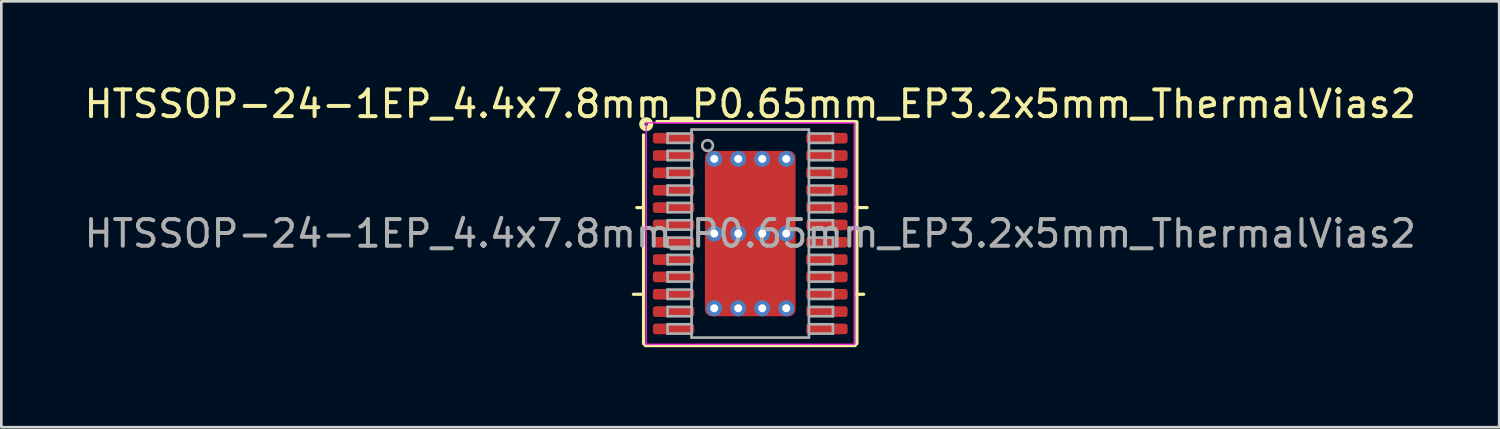
<source format=kicad_pcb>
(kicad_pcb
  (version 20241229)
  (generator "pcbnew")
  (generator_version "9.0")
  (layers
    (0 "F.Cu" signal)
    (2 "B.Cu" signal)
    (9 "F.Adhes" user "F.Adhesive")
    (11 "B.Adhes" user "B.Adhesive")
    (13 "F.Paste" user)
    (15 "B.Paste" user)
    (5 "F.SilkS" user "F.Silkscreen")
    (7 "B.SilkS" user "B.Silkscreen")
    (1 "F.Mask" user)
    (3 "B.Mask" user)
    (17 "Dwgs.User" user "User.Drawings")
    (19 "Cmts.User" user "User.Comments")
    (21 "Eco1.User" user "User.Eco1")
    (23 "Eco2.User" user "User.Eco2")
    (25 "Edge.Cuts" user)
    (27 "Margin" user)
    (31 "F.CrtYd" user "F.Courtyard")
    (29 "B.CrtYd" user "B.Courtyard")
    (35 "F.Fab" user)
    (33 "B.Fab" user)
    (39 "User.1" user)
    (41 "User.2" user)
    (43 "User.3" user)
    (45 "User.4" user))
  (footprint "HTSSOP-24-1EP_4.4x7.8mm_P0.65mm_EP3.2x5mm_ThermalVias2"
    (layer "F.Cu")
    (at 25.077 5.707)
    (property "Reference" "HTSSOP-24-1EP_4.4x7.8mm_P0.65mm_EP3.2x5mm_ThermalVias2" (at 0 -4.859 0) (layer "F.SilkS") (effects (font (size 1 1) (thickness 0.15))))
    (attr smd)
    (fp_line (start -4 -0.975) (end -4.254 -0.975) (stroke (width 0.12) (type solid)) (layer "F.SilkS"))
    (fp_line (start -4 2.275) (end -4.381 2.275) (stroke (width 0.12) (type solid)) (layer "F.SilkS"))
    (fp_line (start -4 4.128) (end -4 -3.7) (stroke (width 0.12) (type solid)) (layer "F.SilkS"))
    (fp_line (start -3.5 -4.2) (end 3.937 -4.2) (stroke (width 0.12) (type solid)) (layer "F.SilkS"))
    (fp_line (start 3.937 4.2) (end -3.937 4.2) (stroke (width 0.12) (type solid)) (layer "F.SilkS"))
    (fp_line (start 4 -4.191) (end 4 4.128) (stroke (width 0.12) (type solid)) (layer "F.SilkS"))
    (fp_line (start 4 -0.975) (end 4.381 -0.975) (stroke (width 0.12) (type solid)) (layer "F.SilkS"))
    (fp_line (start 4 2.275) (end 4.254 2.275) (stroke (width 0.12) (type solid)) (layer "F.SilkS"))
    (fp_circle (center -3.9 -4.1) (end -3.837 -4.1) (stroke (width 0.2) (type solid)) (fill no) (layer "F.SilkS"))
    (fp_line (start -3.9 -4.15) (end -3.9 4.15) (stroke (width 0.05) (type solid)) (layer "F.CrtYd"))
    (fp_line (start -3.9 4.15) (end 3.9 4.15) (stroke (width 0.05) (type solid)) (layer "F.CrtYd"))
    (fp_line (start 3.9 -4.15) (end -3.9 -4.15) (stroke (width 0.05) (type solid)) (layer "F.CrtYd"))
    (fp_line (start 3.9 4.15) (end 3.9 -4.15) (stroke (width 0.05) (type solid)) (layer "F.CrtYd"))
    (fp_line (start -3.1 -3.75) (end -3.1 -3.4) (stroke (width 0.1) (type solid)) (layer "F.Fab"))
    (fp_line (start -3.1 -3.75) (end -2.2 -3.75) (stroke (width 0.1) (type solid)) (layer "F.Fab"))
    (fp_line (start -3.1 -3.4) (end -2.2 -3.4) (stroke (width 0.1) (type solid)) (layer "F.Fab"))
    (fp_line (start -3.1 -3.1) (end -3.1 -2.75) (stroke (width 0.1) (type solid)) (layer "F.Fab"))
    (fp_line (start -3.1 -3.1) (end -2.2 -3.1) (stroke (width 0.1) (type solid)) (layer "F.Fab"))
    (fp_line (start -3.1 -2.75) (end -2.2 -2.75) (stroke (width 0.1) (type solid)) (layer "F.Fab"))
    (fp_line (start -3.1 -2.45) (end -3.1 -2.1) (stroke (width 0.1) (type solid)) (layer "F.Fab"))
    (fp_line (start -3.1 -2.45) (end -2.2 -2.45) (stroke (width 0.1) (type solid)) (layer "F.Fab"))
    (fp_line (start -3.1 -2.1) (end -2.2 -2.1) (stroke (width 0.1) (type solid)) (layer "F.Fab"))
    (fp_line (start -3.1 -1.8) (end -3.1 -1.45) (stroke (width 0.1) (type solid)) (layer "F.Fab"))
    (fp_line (start -3.1 -1.8) (end -2.2 -1.8) (stroke (width 0.1) (type solid)) (layer "F.Fab"))
    (fp_line (start -3.1 -1.45) (end -2.2 -1.45) (stroke (width 0.1) (type solid)) (layer "F.Fab"))
    (fp_line (start -3.1 -1.15) (end -3.1 -0.8) (stroke (width 0.1) (type solid)) (layer "F.Fab"))
    (fp_line (start -3.1 -1.15) (end -2.2 -1.15) (stroke (width 0.1) (type solid)) (layer "F.Fab"))
    (fp_line (start -3.1 -0.8) (end -2.2 -0.8) (stroke (width 0.1) (type solid)) (layer "F.Fab"))
    (fp_line (start -3.1 -0.5) (end -3.1 -0.15) (stroke (width 0.1) (type solid)) (layer "F.Fab"))
    (fp_line (start -3.1 -0.5) (end -2.2 -0.5) (stroke (width 0.1) (type solid)) (layer "F.Fab"))
    (fp_line (start -3.1 -0.15) (end -2.2 -0.15) (stroke (width 0.1) (type solid)) (layer "F.Fab"))
    (fp_line (start -3.1 0.15) (end -3.1 0.5) (stroke (width 0.1) (type solid)) (layer "F.Fab"))
    (fp_line (start -3.1 0.15) (end -2.2 0.15) (stroke (width 0.1) (type solid)) (layer "F.Fab"))
    (fp_line (start -3.1 0.5) (end -2.2 0.5) (stroke (width 0.1) (type solid)) (layer "F.Fab"))
    (fp_line (start -3.1 0.8) (end -3.1 1.15) (stroke (width 0.1) (type solid)) (layer "F.Fab"))
    (fp_line (start -3.1 0.8) (end -2.2 0.8) (stroke (width 0.1) (type solid)) (layer "F.Fab"))
    (fp_line (start -3.1 1.15) (end -2.2 1.15) (stroke (width 0.1) (type solid)) (layer "F.Fab"))
    (fp_line (start -3.1 1.45) (end -3.1 1.8) (stroke (width 0.1) (type solid)) (layer "F.Fab"))
    (fp_line (start -3.1 1.45) (end -2.2 1.45) (stroke (width 0.1) (type solid)) (layer "F.Fab"))
    (fp_line (start -3.1 1.8) (end -2.2 1.8) (stroke (width 0.1) (type solid)) (layer "F.Fab"))
    (fp_line (start -3.1 2.1) (end -3.1 2.45) (stroke (width 0.1) (type solid)) (layer "F.Fab"))
    (fp_line (start -3.1 2.1) (end -2.2 2.1) (stroke (width 0.1) (type solid)) (layer "F.Fab"))
    (fp_line (start -3.1 2.45) (end -2.2 2.45) (stroke (width 0.1) (type solid)) (layer "F.Fab"))
    (fp_line (start -3.1 2.75) (end -3.1 3.1) (stroke (width 0.1) (type solid)) (layer "F.Fab"))
    (fp_line (start -3.1 2.75) (end -2.2 2.75) (stroke (width 0.1) (type solid)) (layer "F.Fab"))
    (fp_line (start -3.1 3.1) (end -2.2 3.1) (stroke (width 0.1) (type solid)) (layer "F.Fab"))
    (fp_line (start -3.1 3.4) (end -3.1 3.75) (stroke (width 0.1) (type solid)) (layer "F.Fab"))
    (fp_line (start -3.1 3.4) (end -2.2 3.4) (stroke (width 0.1) (type solid)) (layer "F.Fab"))
    (fp_line (start -3.1 3.75) (end -2.2 3.75) (stroke (width 0.1) (type solid)) (layer "F.Fab"))
    (fp_line (start -2.2 -3.9) (end 2.2 -3.9) (stroke (width 0.1) (type solid)) (layer "F.Fab"))
    (fp_line (start -2.2 3.9) (end -2.2 -3.9) (stroke (width 0.1) (type solid)) (layer "F.Fab"))
    (fp_line (start 2.2 -3.9) (end 2.2 3.9) (stroke (width 0.1) (type solid)) (layer "F.Fab"))
    (fp_line (start 2.2 3.9) (end -2.2 3.9) (stroke (width 0.1) (type solid)) (layer "F.Fab"))
    (fp_line (start 3.1 -3.75) (end 2.2 -3.75) (stroke (width 0.1) (type solid)) (layer "F.Fab"))
    (fp_line (start 3.1 -3.4) (end 2.2 -3.4) (stroke (width 0.1) (type solid)) (layer "F.Fab"))
    (fp_line (start 3.1 -3.4) (end 3.1 -3.75) (stroke (width 0.1) (type solid)) (layer "F.Fab"))
    (fp_line (start 3.1 -3.1) (end 2.2 -3.1) (stroke (width 0.1) (type solid)) (layer "F.Fab"))
    (fp_line (start 3.1 -2.75) (end 2.2 -2.75) (stroke (width 0.1) (type solid)) (layer "F.Fab"))
    (fp_line (start 3.1 -2.75) (end 3.1 -3.1) (stroke (width 0.1) (type solid)) (layer "F.Fab"))
    (fp_line (start 3.1 -2.45) (end 2.2 -2.45) (stroke (width 0.1) (type solid)) (layer "F.Fab"))
    (fp_line (start 3.1 -2.1) (end 2.2 -2.1) (stroke (width 0.1) (type solid)) (layer "F.Fab"))
    (fp_line (start 3.1 -2.1) (end 3.1 -2.45) (stroke (width 0.1) (type solid)) (layer "F.Fab"))
    (fp_line (start 3.1 -1.8) (end 2.2 -1.8) (stroke (width 0.1) (type solid)) (layer "F.Fab"))
    (fp_line (start 3.1 -1.45) (end 2.2 -1.45) (stroke (width 0.1) (type solid)) (layer "F.Fab"))
    (fp_line (start 3.1 -1.45) (end 3.1 -1.8) (stroke (width 0.1) (type solid)) (layer "F.Fab"))
    (fp_line (start 3.1 -1.15) (end 2.2 -1.15) (stroke (width 0.1) (type solid)) (layer "F.Fab"))
    (fp_line (start 3.1 -0.8) (end 2.2 -0.8) (stroke (width 0.1) (type solid)) (layer "F.Fab"))
    (fp_line (start 3.1 -0.8) (end 3.1 -1.15) (stroke (width 0.1) (type solid)) (layer "F.Fab"))
    (fp_line (start 3.1 -0.5) (end 2.2 -0.5) (stroke (width 0.1) (type solid)) (layer "F.Fab"))
    (fp_line (start 3.1 -0.15) (end 2.2 -0.15) (stroke (width 0.1) (type solid)) (layer "F.Fab"))
    (fp_line (start 3.1 -0.15) (end 3.1 -0.5) (stroke (width 0.1) (type solid)) (layer "F.Fab"))
    (fp_line (start 3.1 0.15) (end 2.2 0.15) (stroke (width 0.1) (type solid)) (layer "F.Fab"))
    (fp_line (start 3.1 0.5) (end 2.2 0.5) (stroke (width 0.1) (type solid)) (layer "F.Fab"))
    (fp_line (start 3.1 0.5) (end 3.1 0.15) (stroke (width 0.1) (type solid)) (layer "F.Fab"))
    (fp_line (start 3.1 0.8) (end 2.2 0.8) (stroke (width 0.1) (type solid)) (layer "F.Fab"))
    (fp_line (start 3.1 1.15) (end 2.2 1.15) (stroke (width 0.1) (type solid)) (layer "F.Fab"))
    (fp_line (start 3.1 1.15) (end 3.1 0.8) (stroke (width 0.1) (type solid)) (layer "F.Fab"))
    (fp_line (start 3.1 1.45) (end 2.2 1.45) (stroke (width 0.1) (type solid)) (layer "F.Fab"))
    (fp_line (start 3.1 1.8) (end 2.2 1.8) (stroke (width 0.1) (type solid)) (layer "F.Fab"))
    (fp_line (start 3.1 1.8) (end 3.1 1.45) (stroke (width 0.1) (type solid)) (layer "F.Fab"))
    (fp_line (start 3.1 2.1) (end 2.2 2.1) (stroke (width 0.1) (type solid)) (layer "F.Fab"))
    (fp_line (start 3.1 2.45) (end 2.2 2.45) (stroke (width 0.1) (type solid)) (layer "F.Fab"))
    (fp_line (start 3.1 2.45) (end 3.1 2.1) (stroke (width 0.1) (type solid)) (layer "F.Fab"))
    (fp_line (start 3.1 2.75) (end 2.2 2.75) (stroke (width 0.1) (type solid)) (layer "F.Fab"))
    (fp_line (start 3.1 3.1) (end 2.2 3.1) (stroke (width 0.1) (type solid)) (layer "F.Fab"))
    (fp_line (start 3.1 3.1) (end 3.1 2.75) (stroke (width 0.1) (type solid)) (layer "F.Fab"))
    (fp_line (start 3.1 3.4) (end 2.2 3.4) (stroke (width 0.1) (type solid)) (layer "F.Fab"))
    (fp_line (start 3.1 3.75) (end 2.2 3.75) (stroke (width 0.1) (type solid)) (layer "F.Fab"))
    (fp_line (start 3.1 3.75) (end 3.1 3.4) (stroke (width 0.1) (type solid)) (layer "F.Fab"))
    (fp_circle (center -1.6 -3.3) (end -1.4 -3.3) (stroke (width 0.1) (type solid)) (fill no) (layer "F.Fab"))
    (fp_text user "${REFERENCE}" (at 0 0 0) (layer "F.Fab") (effects (font (size 1 1) (thickness 0.15))))
    (pad "" smd roundrect (at -1 -1.9) (size 0.8 0.8) (layers "F.Paste") (roundrect_rratio 0.25))
    (pad "" smd roundrect (at -1 -0.9) (size 0.8 0.8) (layers "F.Paste") (roundrect_rratio 0.25))
    (pad "" smd roundrect (at -1 0.9) (size 0.8 0.8) (layers "F.Paste") (roundrect_rratio 0.25))
    (pad "" smd roundrect (at -1 1.9) (size 0.8 0.8) (layers "F.Paste") (roundrect_rratio 0.25))
    (pad "" smd roundrect (at 0 -1.9) (size 0.8 0.8) (layers "F.Paste") (roundrect_rratio 0.25))
    (pad "" smd roundrect (at 0 -1.4) (size 3.2 2.2) (layers "F.Mask") (roundrect_rratio 0.114))
    (pad "" smd roundrect (at 0 -0.9) (size 0.8 0.8) (layers "F.Paste") (roundrect_rratio 0.25))
    (pad "" smd roundrect (at 0 0.9) (size 0.8 0.8) (layers "F.Paste") (roundrect_rratio 0.25))
    (pad "" smd roundrect (at 0 1.4) (size 3.2 2.2) (layers "F.Mask") (roundrect_rratio 0.114))
    (pad "" smd roundrect (at 0 1.9) (size 0.8 0.8) (layers "F.Paste") (roundrect_rratio 0.25))
    (pad "" smd roundrect (at 1 -1.9) (size 0.8 0.8) (layers "F.Paste") (roundrect_rratio 0.25))
    (pad "" smd roundrect (at 1 -0.9) (size 0.8 0.8) (layers "F.Paste") (roundrect_rratio 0.25))
    (pad "" smd roundrect (at 1 0.9) (size 0.8 0.8) (layers "F.Paste") (roundrect_rratio 0.25))
    (pad "" smd roundrect (at 1 1.9) (size 0.8 0.8) (layers "F.Paste") (roundrect_rratio 0.25))
    (pad "1" smd roundrect (at -2.875 -3.575) (size 1.55 0.4) (layers "F.Cu" "F.Mask" "F.Paste") (roundrect_rratio 0.25))
    (pad "2" smd roundrect (at -2.875 -2.925) (size 1.55 0.4) (layers "F.Cu" "F.Mask" "F.Paste") (roundrect_rratio 0.25))
    (pad "3" smd roundrect (at -2.875 -2.275) (size 1.55 0.4) (layers "F.Cu" "F.Mask" "F.Paste") (roundrect_rratio 0.25))
    (pad "4" smd roundrect (at -2.875 -1.625) (size 1.55 0.4) (layers "F.Cu" "F.Mask" "F.Paste") (roundrect_rratio 0.25))
    (pad "5" smd roundrect (at -2.875 -0.975) (size 1.55 0.4) (layers "F.Cu" "F.Mask" "F.Paste") (roundrect_rratio 0.25))
    (pad "6" smd roundrect (at -2.875 -0.325) (size 1.55 0.4) (layers "F.Cu" "F.Mask" "F.Paste") (roundrect_rratio 0.25))
    (pad "7" smd roundrect (at -2.875 0.325) (size 1.55 0.4) (layers "F.Cu" "F.Mask" "F.Paste") (roundrect_rratio 0.25))
    (pad "8" smd roundrect (at -2.875 0.975) (size 1.55 0.4) (layers "F.Cu" "F.Mask" "F.Paste") (roundrect_rratio 0.25))
    (pad "9" smd roundrect (at -2.875 1.625) (size 1.55 0.4) (layers "F.Cu" "F.Mask" "F.Paste") (roundrect_rratio 0.25))
    (pad "10" smd roundrect (at -2.875 2.275) (size 1.55 0.4) (layers "F.Cu" "F.Mask" "F.Paste") (roundrect_rratio 0.25))
    (pad "11" smd roundrect (at -2.875 2.925) (size 1.55 0.4) (layers "F.Cu" "F.Mask" "F.Paste") (roundrect_rratio 0.25))
    (pad "12" smd roundrect (at -2.875 3.575) (size 1.55 0.4) (layers "F.Cu" "F.Mask" "F.Paste") (roundrect_rratio 0.25))
    (pad "13" smd roundrect (at 2.875 3.575) (size 1.55 0.4) (layers "F.Cu" "F.Mask" "F.Paste") (roundrect_rratio 0.25))
    (pad "14" smd roundrect (at 2.875 2.925) (size 1.55 0.4) (layers "F.Cu" "F.Mask" "F.Paste") (roundrect_rratio 0.25))
    (pad "15" smd roundrect (at 2.875 2.275) (size 1.55 0.4) (layers "F.Cu" "F.Mask" "F.Paste") (roundrect_rratio 0.25))
    (pad "16" smd roundrect (at 2.875 1.625) (size 1.55 0.4) (layers "F.Cu" "F.Mask" "F.Paste") (roundrect_rratio 0.25))
    (pad "17" smd roundrect (at 2.875 0.975) (size 1.55 0.4) (layers "F.Cu" "F.Mask" "F.Paste") (roundrect_rratio 0.25))
    (pad "18" smd roundrect (at 2.875 0.325) (size 1.55 0.4) (layers "F.Cu" "F.Mask" "F.Paste") (roundrect_rratio 0.25))
    (pad "19" smd roundrect (at 2.875 -0.325) (size 1.55 0.4) (layers "F.Cu" "F.Mask" "F.Paste") (roundrect_rratio 0.25))
    (pad "20" smd roundrect (at 2.875 -0.975) (size 1.55 0.4) (layers "F.Cu" "F.Mask" "F.Paste") (roundrect_rratio 0.25))
    (pad "21" smd roundrect (at 2.875 -1.625) (size 1.55 0.4) (layers "F.Cu" "F.Mask" "F.Paste") (roundrect_rratio 0.25))
    (pad "22" smd roundrect (at 2.875 -2.275) (size 1.55 0.4) (layers "F.Cu" "F.Mask" "F.Paste") (roundrect_rratio 0.25))
    (pad "23" smd roundrect (at 2.875 -2.925) (size 1.55 0.4) (layers "F.Cu" "F.Mask" "F.Paste") (roundrect_rratio 0.25))
    (pad "24" smd roundrect (at 2.875 -3.575) (size 1.55 0.4) (layers "F.Cu" "F.Mask" "F.Paste") (roundrect_rratio 0.25))
    (pad "25" thru_hole circle (at -1.35 -2.8) (size 0.6 0.6) (drill 0.3) (property pad_prop_heatsink) (layers "*.Cu" "*.Mask"))
    (pad "25" thru_hole circle (at -1.35 0) (size 0.6 0.6) (drill 0.3) (property pad_prop_heatsink) (layers "*.Cu" "*.Mask"))
    (pad "25" thru_hole circle (at -1.35 2.8) (size 0.6 0.6) (drill 0.3) (property pad_prop_heatsink) (layers "*.Cu" "*.Mask"))
    (pad "25" thru_hole circle (at -0.45 -2.8) (size 0.6 0.6) (drill 0.3) (property pad_prop_heatsink) (layers "*.Cu" "*.Mask"))
    (pad "25" thru_hole circle (at -0.45 0) (size 0.6 0.6) (drill 0.3) (property pad_prop_heatsink) (layers "*.Cu" "*.Mask"))
    (pad "25" thru_hole circle (at -0.45 2.8) (size 0.6 0.6) (drill 0.3) (property pad_prop_heatsink) (layers "*.Cu" "*.Mask"))
    (pad "25" smd roundrect (at 0 0) (size 3.4 6.2) (layers "F.Cu") (roundrect_rratio 0.074))
    (pad "25" thru_hole circle (at 0.45 -2.8) (size 0.6 0.6) (drill 0.3) (property pad_prop_heatsink) (layers "*.Cu" "*.Mask"))
    (pad "25" thru_hole circle (at 0.45 0) (size 0.6 0.6) (drill 0.3) (property pad_prop_heatsink) (layers "*.Cu" "*.Mask"))
    (pad "25" thru_hole circle (at 0.45 2.8) (size 0.6 0.6) (drill 0.3) (property pad_prop_heatsink) (layers "*.Cu" "*.Mask"))
    (pad "25" thru_hole circle (at 1.35 -2.8) (size 0.6 0.6) (drill 0.3) (property pad_prop_heatsink) (layers "*.Cu" "*.Mask"))
    (pad "25" thru_hole circle (at 1.35 0) (size 0.6 0.6) (drill 0.3) (property pad_prop_heatsink) (layers "*.Cu" "*.Mask"))
    (pad "25" thru_hole circle (at 1.35 2.8) (size 0.6 0.6) (drill 0.3) (property pad_prop_heatsink) (layers "*.Cu" "*.Mask")))
  (gr_rect
    (start -3 -3)
    (end 53.155 12.967)
    (stroke (width 0.1) (type default))
    (fill no)
    (layer "Edge.Cuts")))
</source>
